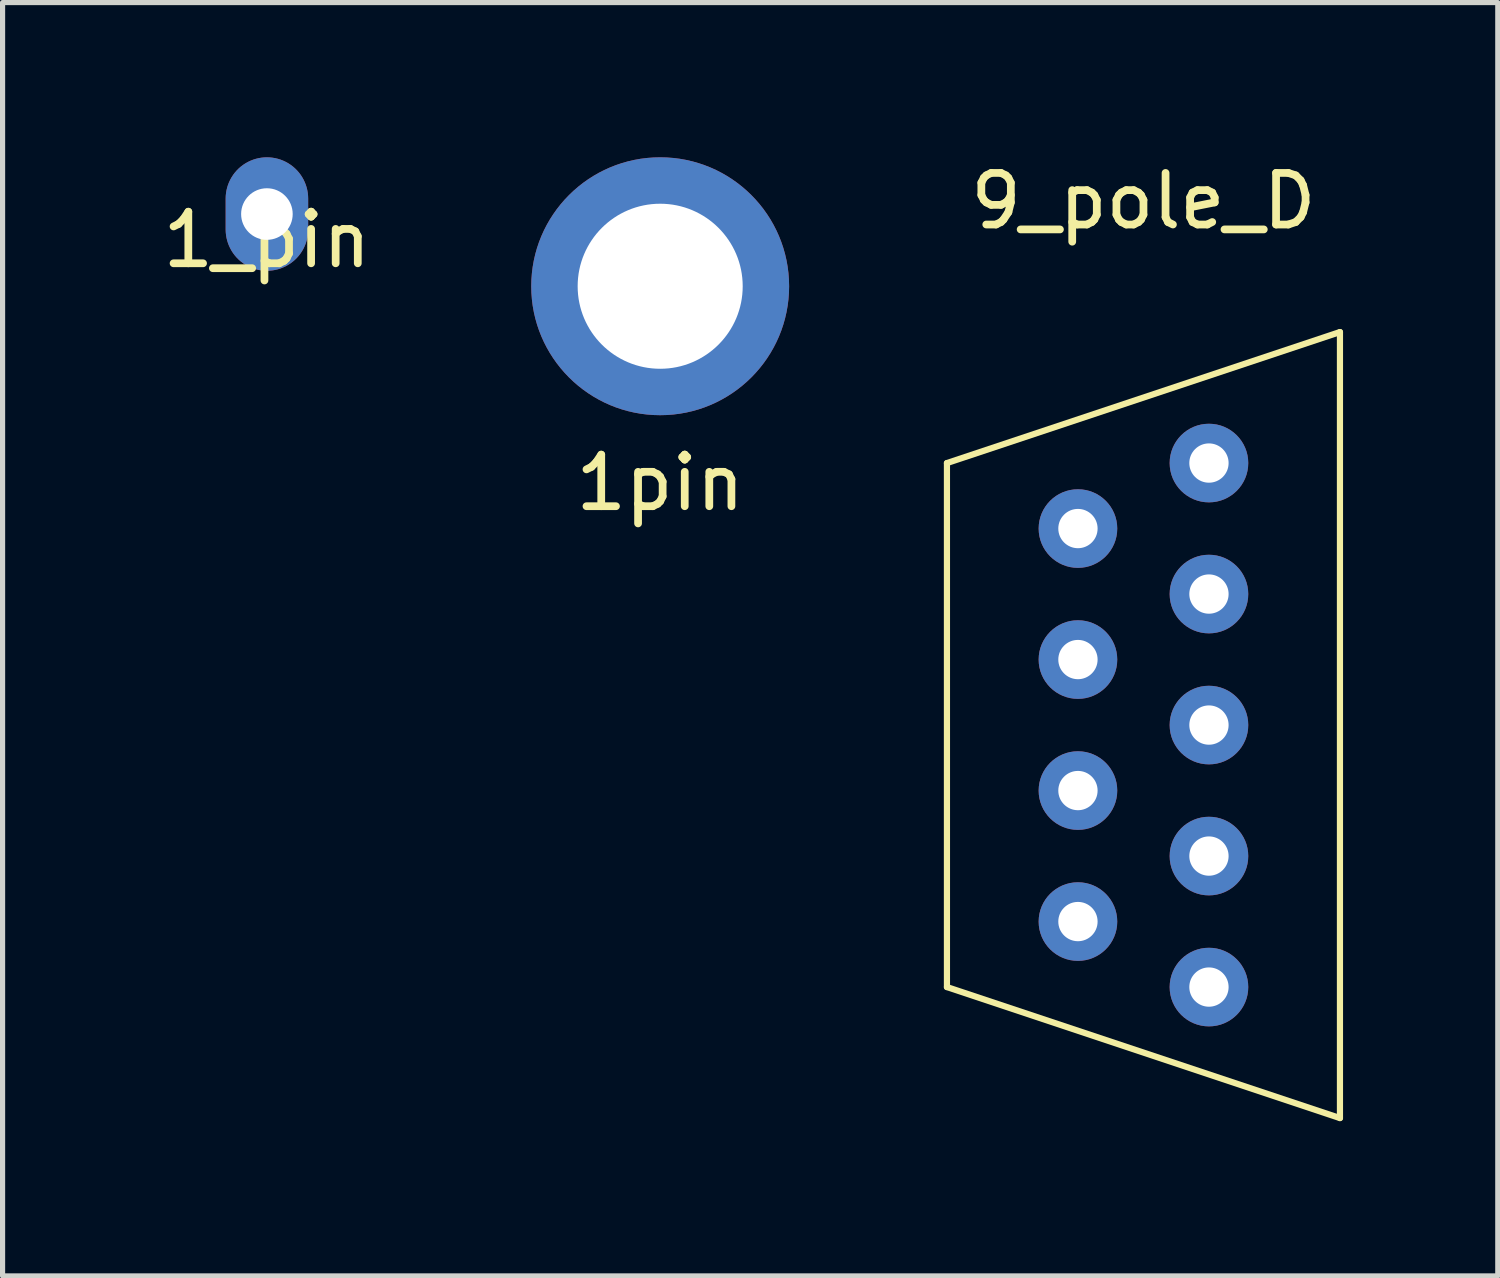
<source format=kicad_pcb>
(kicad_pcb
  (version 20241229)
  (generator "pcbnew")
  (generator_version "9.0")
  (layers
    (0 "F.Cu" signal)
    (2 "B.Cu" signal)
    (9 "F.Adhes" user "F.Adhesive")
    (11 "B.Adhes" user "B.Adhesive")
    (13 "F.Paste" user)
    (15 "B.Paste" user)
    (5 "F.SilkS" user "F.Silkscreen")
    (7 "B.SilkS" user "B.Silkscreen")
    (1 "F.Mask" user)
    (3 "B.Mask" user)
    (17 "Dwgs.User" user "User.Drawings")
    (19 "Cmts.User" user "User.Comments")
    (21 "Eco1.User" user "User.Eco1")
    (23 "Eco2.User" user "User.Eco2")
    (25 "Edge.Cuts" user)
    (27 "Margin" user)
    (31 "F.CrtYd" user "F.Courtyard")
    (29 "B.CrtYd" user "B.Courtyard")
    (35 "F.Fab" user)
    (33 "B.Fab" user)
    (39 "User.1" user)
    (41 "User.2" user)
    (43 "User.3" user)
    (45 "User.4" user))
  (footprint "9_pole_D"
    (layer "F.Cu")
    (at 19.12 11.008)
    (property "Reference" "9_pole_D" (at 0 -10.16 0) (layer "F.SilkS") (effects (font (size 1 1) (thickness 0.15))))
    (attr through_hole)
    (fp_line (start -3.81 -5.08) (end 3.81 -7.62) (stroke (width 0.12) (type solid)) (layer "F.SilkS"))
    (fp_line (start -3.81 5.08) (end -3.81 -5.08) (stroke (width 0.12) (type solid)) (layer "F.SilkS"))
    (fp_line (start -3.81 5.08) (end 3.81 7.62) (stroke (width 0.12) (type solid)) (layer "F.SilkS"))
    (fp_line (start 3.81 7.62) (end 3.81 -7.62) (stroke (width 0.12) (type solid)) (layer "F.SilkS"))
    (pad "1" thru_hole circle (at 1.27 5.08) (size 1.524 1.524) (drill 0.762) (layers "*.Cu" "*.Mask"))
    (pad "2" thru_hole circle (at 1.27 2.54) (size 1.524 1.524) (drill 0.762) (layers "*.Cu" "*.Mask"))
    (pad "3" thru_hole circle (at 1.27 0) (size 1.524 1.524) (drill 0.762) (layers "*.Cu" "*.Mask"))
    (pad "4" thru_hole circle (at 1.27 -2.54) (size 1.524 1.524) (drill 0.762) (layers "*.Cu" "*.Mask"))
    (pad "5" thru_hole circle (at 1.27 -5.08) (size 1.524 1.524) (drill 0.762) (layers "*.Cu" "*.Mask"))
    (pad "6" thru_hole circle (at -1.27 3.81) (size 1.524 1.524) (drill 0.762) (layers "*.Cu" "*.Mask"))
    (pad "7" thru_hole circle (at -1.27 1.27) (size 1.524 1.524) (drill 0.762) (layers "*.Cu" "*.Mask"))
    (pad "8" thru_hole circle (at -1.27 -1.27) (size 1.524 1.524) (drill 0.762) (layers "*.Cu" "*.Mask"))
    (pad "9" thru_hole circle (at -1.27 -3.81) (size 1.524 1.524) (drill 0.762) (layers "*.Cu" "*.Mask")))
  (footprint "1_pin"
    (layer "F.Cu")
    (at 2.125 1.1)
    (property "Reference" "1_pin" (at 0 0.5 0) (layer "F.SilkS") (effects (font (size 1 1) (thickness 0.15))))
    (attr through_hole)
    (pad "1" thru_hole oval (at 0 0) (size 1.6 2.2) (drill 1) (layers "*.Cu" "*.Mask")))
  (footprint "1pin"
    (layer "F.Cu")
    (at 9.75 2.5)
    (property "Reference" "1pin" (at 0 3.81 0) (layer "F.SilkS") (effects (font (size 1 1) (thickness 0.15))))
    (attr through_hole)
    (pad "1" thru_hole circle (at 0 0) (size 5 5) (drill 3.2) (layers "*.Cu" "*.Mask")))
  (gr_rect
    (start -3 -3)
    (end 25.99 21.688)
    (stroke (width 0.1) (type default))
    (fill no)
    (layer "Edge.Cuts")))
</source>
